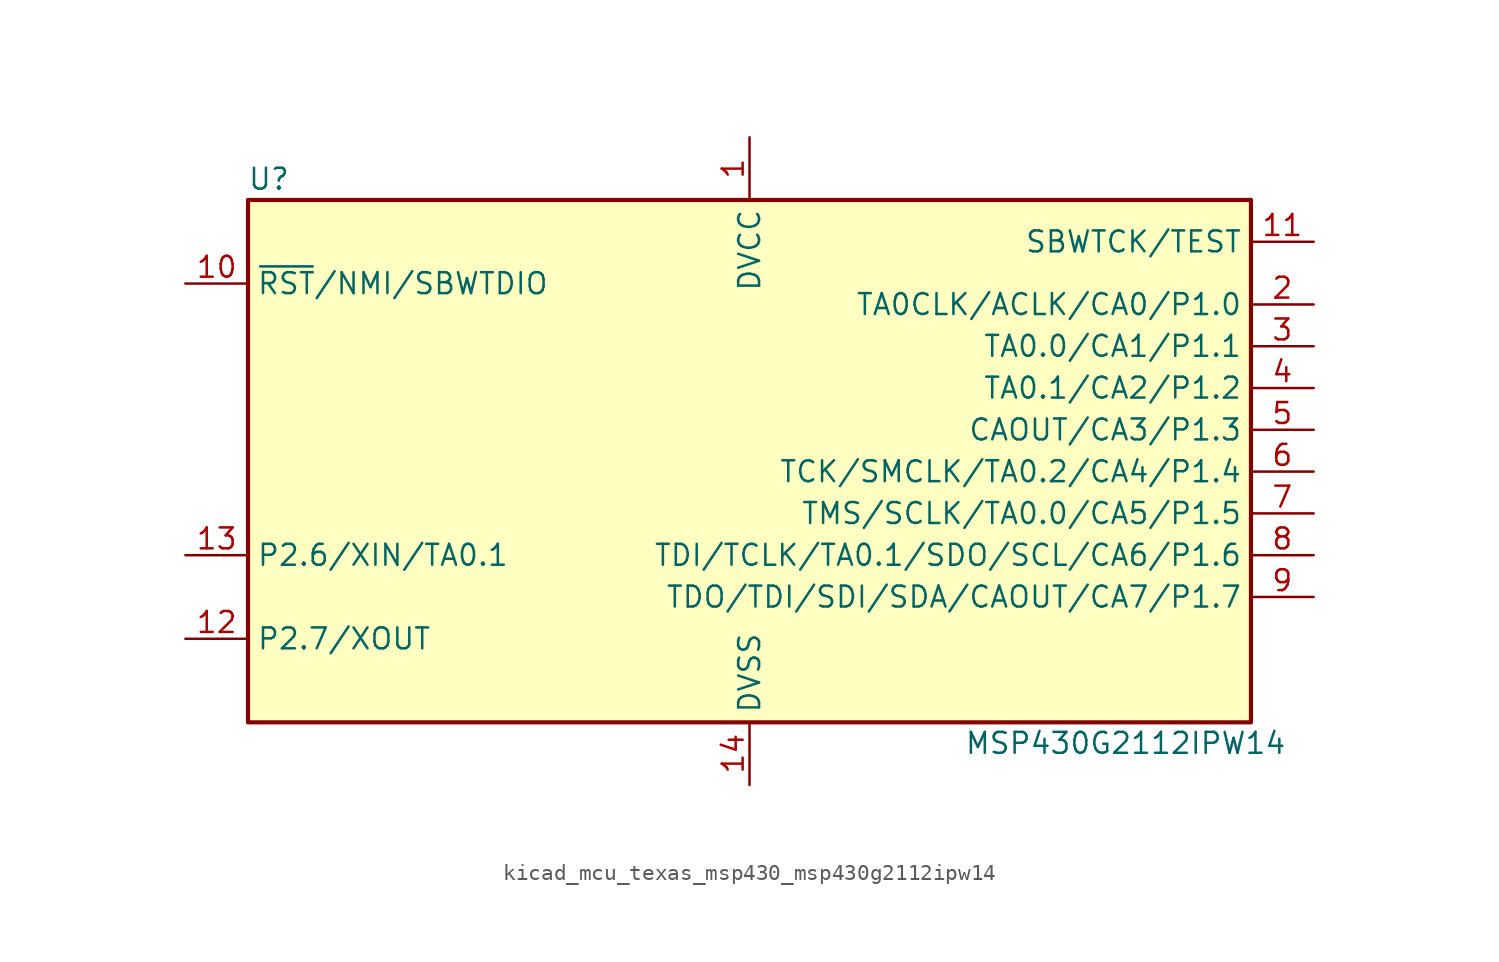
<source format=kicad_sym>
(kicad_symbol_lib
  (version 20220914)
  (generator kicad_symbol_editor)
  (symbol "kicad_mcu_texas_msp430_msp430g2112ipw14"
    (property "Reference" "U"
      (at -29.21 17.78 0)
      (effects (font (size 1.27 1.27))))
    (property "Value" "MSP430G2112IPW14"
      (at 22.86 -16.51 0)
      (effects (font (size 1.27 1.27))))
    (symbol "kicad_mcu_texas_msp430_msp430g2112ipw14_0_1"
      (rectangle (start -30.48 16.51) (end 30.48 -15.24) (stroke (width 0.254) (type default)) (fill (type background))))
    (symbol "kicad_mcu_texas_msp430_msp430g2112ipw14_1_1"
      (pin power_in line (at 0 20.32 270) (length 3.81) (name "DVCC" (effects (font (size 1.27 1.27)))) (number "1" (effects (font (size 1.27 1.27)))))
      (pin input line (at -34.29 11.43 0) (length 3.81) (name "~{RST}/NMI/SBWTDIO" (effects (font (size 1.27 1.27)))) (number "10" (effects (font (size 1.27 1.27)))))
      (pin input line (at 34.29 13.97 180) (length 3.81) (name "SBWTCK/TEST" (effects (font (size 1.27 1.27)))) (number "11" (effects (font (size 1.27 1.27)))))
      (pin bidirectional line (at -34.29 -10.16 0) (length 3.81) (name "P2.7/XOUT" (effects (font (size 1.27 1.27)))) (number "12" (effects (font (size 1.27 1.27)))))
      (pin bidirectional line (at -34.29 -5.08 0) (length 3.81) (name "P2.6/XIN/TA0.1" (effects (font (size 1.27 1.27)))) (number "13" (effects (font (size 1.27 1.27)))))
      (pin power_in line (at 0 -19.05 90) (length 3.81) (name "DVSS" (effects (font (size 1.27 1.27)))) (number "14" (effects (font (size 1.27 1.27)))))
      (pin bidirectional line (at 34.29 10.16 180) (length 3.81) (name "TA0CLK/ACLK/CA0/P1.0" (effects (font (size 1.27 1.27)))) (number "2" (effects (font (size 1.27 1.27)))))
      (pin bidirectional line (at 34.29 7.62 180) (length 3.81) (name "TA0.0/CA1/P1.1" (effects (font (size 1.27 1.27)))) (number "3" (effects (font (size 1.27 1.27)))))
      (pin bidirectional line (at 34.29 5.08 180) (length 3.81) (name "TA0.1/CA2/P1.2" (effects (font (size 1.27 1.27)))) (number "4" (effects (font (size 1.27 1.27)))))
      (pin bidirectional line (at 34.29 2.54 180) (length 3.81) (name "CAOUT/CA3/P1.3" (effects (font (size 1.27 1.27)))) (number "5" (effects (font (size 1.27 1.27)))))
      (pin bidirectional line (at 34.29 0 180) (length 3.81) (name "TCK/SMCLK/TA0.2/CA4/P1.4" (effects (font (size 1.27 1.27)))) (number "6" (effects (font (size 1.27 1.27)))))
      (pin bidirectional line (at 34.29 -2.54 180) (length 3.81) (name "TMS/SCLK/TA0.0/CA5/P1.5" (effects (font (size 1.27 1.27)))) (number "7" (effects (font (size 1.27 1.27)))))
      (pin bidirectional line (at 34.29 -5.08 180) (length 3.81) (name "TDI/TCLK/TA0.1/SDO/SCL/CA6/P1.6" (effects (font (size 1.27 1.27)))) (number "8" (effects (font (size 1.27 1.27)))))
      (pin bidirectional line (at 34.29 -7.62 180) (length 3.81) (name "TDO/TDI/SDI/SDA/CAOUT/CA7/P1.7" (effects (font (size 1.27 1.27)))) (number "9" (effects (font (size 1.27 1.27))))))))
</source>
